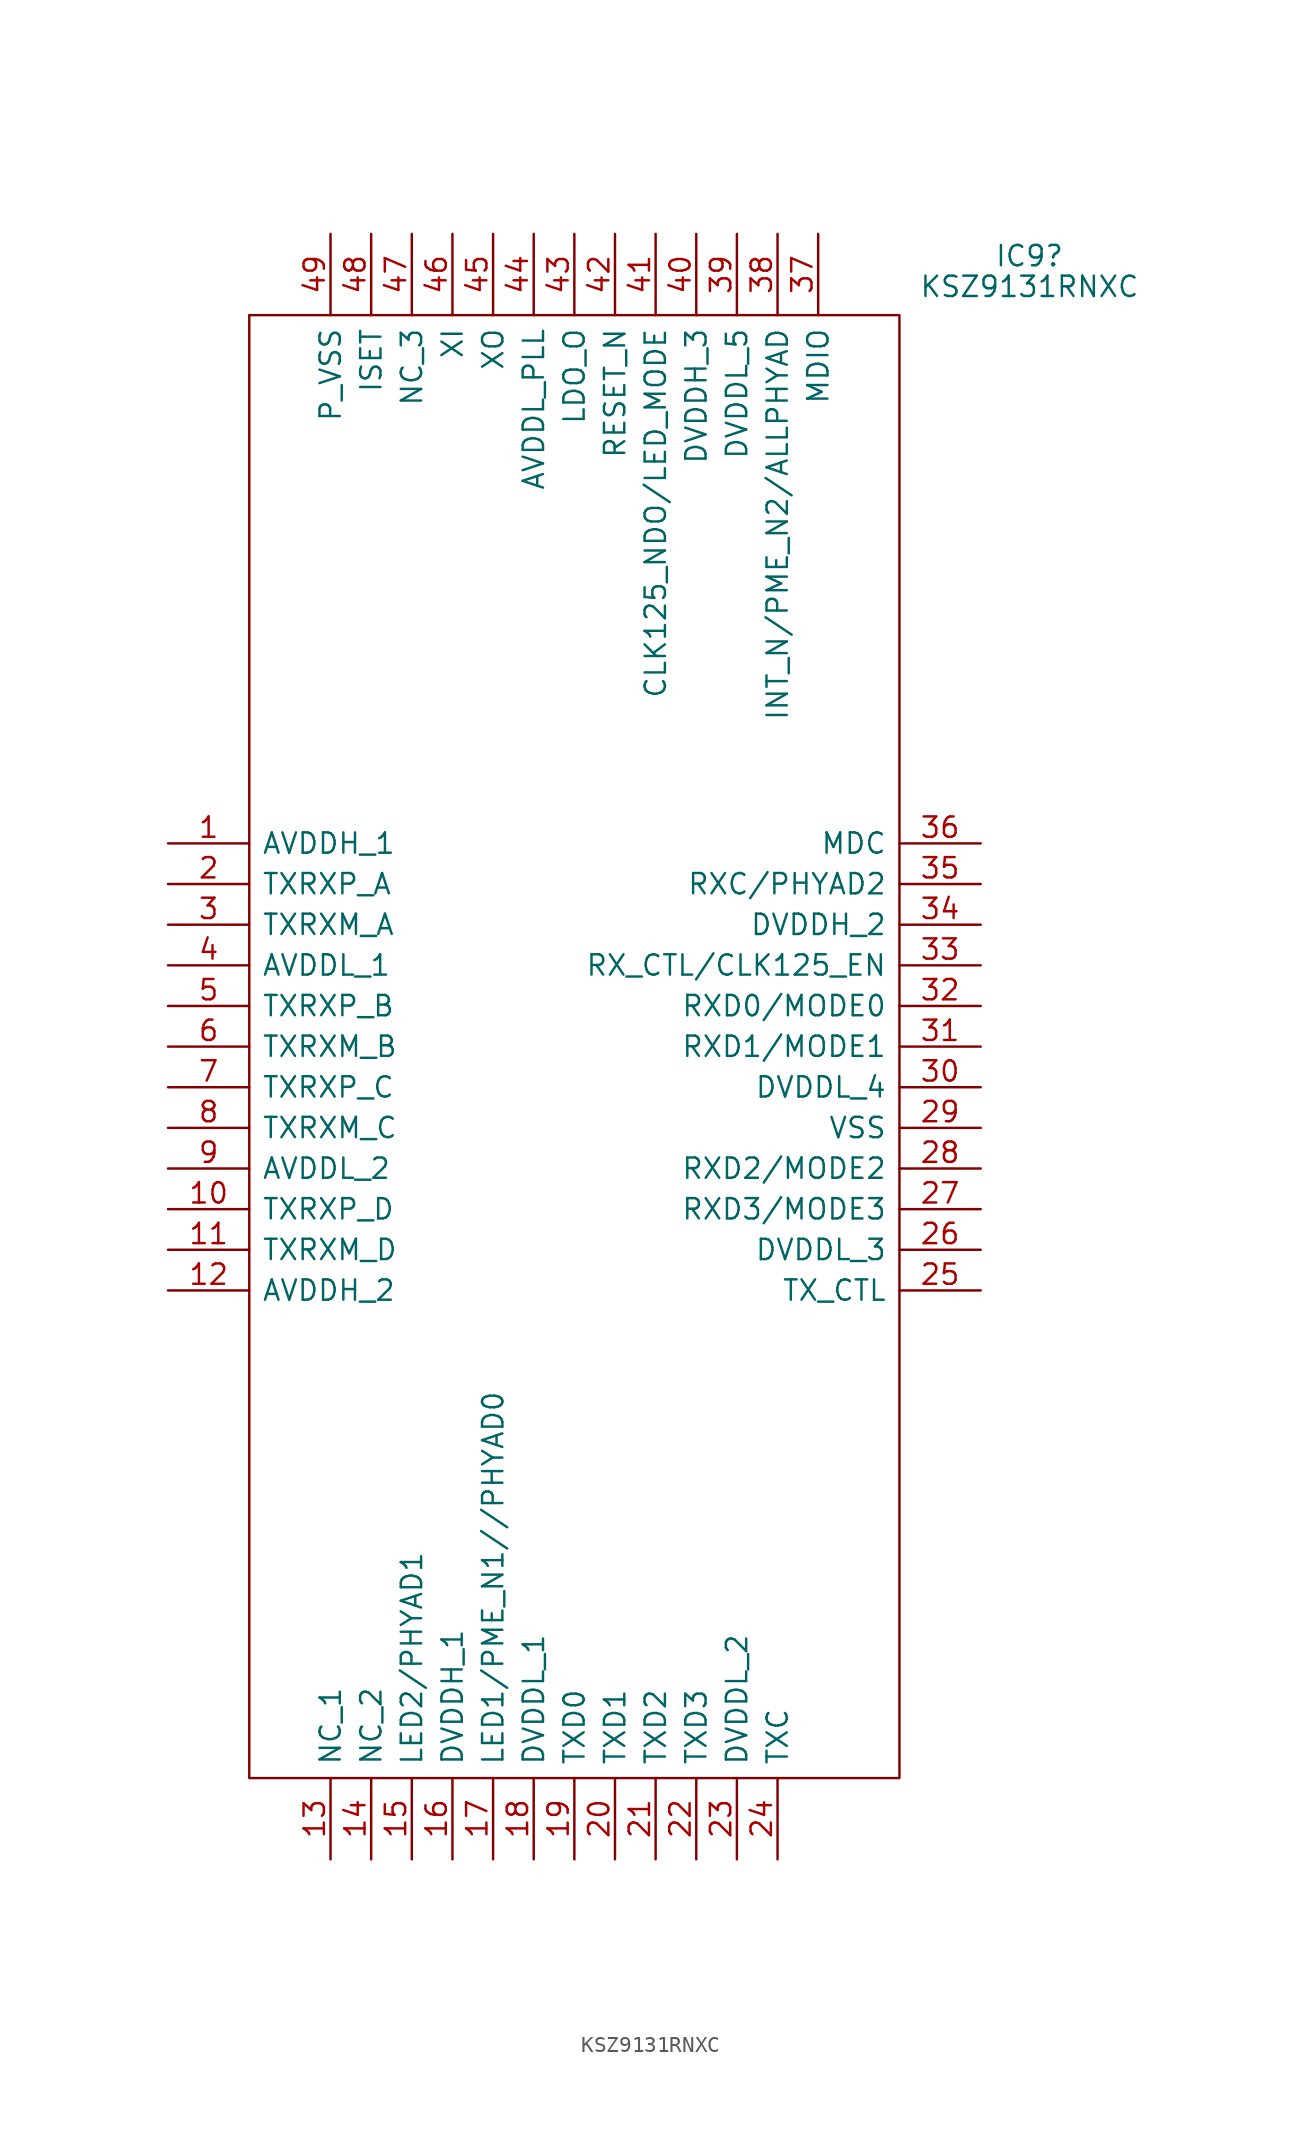
<source format=kicad_sym>
(kicad_symbol_lib
  (version 20220914)
  (generator kicad_symbol_editor)
  (symbol "KSZ9131RNXC"
    (pin_names
      (offset 0.762))
    (property "Reference" "IC9"
      (at 53.848 36.719 0)
      (effects (font (size 1.27 1.27))))
    (property "Value" "KSZ9131RNXC"
      (at 53.848 34.798 0)
      (effects (font (size 1.27 1.27))))
    (symbol "KSZ9131RNXC_0_0"
      (pin passive line (at 0 0 0) (length 5.08) (name "AVDDH_1" (effects (font (size 1.27 1.27)))) (number "1" (effects (font (size 1.27 1.27)))))
      (pin passive line (at 0 -22.86 0) (length 5.08) (name "TXRXP_D" (effects (font (size 1.27 1.27)))) (number "10" (effects (font (size 1.27 1.27)))))
      (pin passive line (at 0 -25.4 0) (length 5.08) (name "TXRXM_D" (effects (font (size 1.27 1.27)))) (number "11" (effects (font (size 1.27 1.27)))))
      (pin passive line (at 0 -27.94 0) (length 5.08) (name "AVDDH_2" (effects (font (size 1.27 1.27)))) (number "12" (effects (font (size 1.27 1.27)))))
      (pin passive line (at 10.16 -63.5 90) (length 5.08) (name "NC_1" (effects (font (size 1.27 1.27)))) (number "13" (effects (font (size 1.27 1.27)))))
      (pin passive line (at 12.7 -63.5 90) (length 5.08) (name "NC_2" (effects (font (size 1.27 1.27)))) (number "14" (effects (font (size 1.27 1.27)))))
      (pin passive line (at 15.24 -63.5 90) (length 5.08) (name "LED2/PHYAD1" (effects (font (size 1.27 1.27)))) (number "15" (effects (font (size 1.27 1.27)))))
      (pin passive line (at 17.78 -63.5 90) (length 5.08) (name "DVDDH_1" (effects (font (size 1.27 1.27)))) (number "16" (effects (font (size 1.27 1.27)))))
      (pin passive line (at 20.32 -63.5 90) (length 5.08) (name "LED1/PME_N1//PHYAD0" (effects (font (size 1.27 1.27)))) (number "17" (effects (font (size 1.27 1.27)))))
      (pin passive line (at 22.86 -63.5 90) (length 5.08) (name "DVDDL_1" (effects (font (size 1.27 1.27)))) (number "18" (effects (font (size 1.27 1.27)))))
      (pin passive line (at 25.4 -63.5 90) (length 5.08) (name "TXD0" (effects (font (size 1.27 1.27)))) (number "19" (effects (font (size 1.27 1.27)))))
      (pin passive line (at 0 -2.54 0) (length 5.08) (name "TXRXP_A" (effects (font (size 1.27 1.27)))) (number "2" (effects (font (size 1.27 1.27)))))
      (pin passive line (at 27.94 -63.5 90) (length 5.08) (name "TXD1" (effects (font (size 1.27 1.27)))) (number "20" (effects (font (size 1.27 1.27)))))
      (pin passive line (at 30.48 -63.5 90) (length 5.08) (name "TXD2" (effects (font (size 1.27 1.27)))) (number "21" (effects (font (size 1.27 1.27)))))
      (pin passive line (at 33.02 -63.5 90) (length 5.08) (name "TXD3" (effects (font (size 1.27 1.27)))) (number "22" (effects (font (size 1.27 1.27)))))
      (pin passive line (at 35.56 -63.5 90) (length 5.08) (name "DVDDL_2" (effects (font (size 1.27 1.27)))) (number "23" (effects (font (size 1.27 1.27)))))
      (pin passive line (at 38.1 -63.5 90) (length 5.08) (name "TXC" (effects (font (size 1.27 1.27)))) (number "24" (effects (font (size 1.27 1.27)))))
      (pin passive line (at 50.8 -27.94 180) (length 5.08) (name "TX_CTL" (effects (font (size 1.27 1.27)))) (number "25" (effects (font (size 1.27 1.27)))))
      (pin passive line (at 50.8 -25.4 180) (length 5.08) (name "DVDDL_3" (effects (font (size 1.27 1.27)))) (number "26" (effects (font (size 1.27 1.27)))))
      (pin passive line (at 50.8 -22.86 180) (length 5.08) (name "RXD3/MODE3" (effects (font (size 1.27 1.27)))) (number "27" (effects (font (size 1.27 1.27)))))
      (pin passive line (at 50.8 -20.32 180) (length 5.08) (name "RXD2/MODE2" (effects (font (size 1.27 1.27)))) (number "28" (effects (font (size 1.27 1.27)))))
      (pin passive line (at 50.8 -17.78 180) (length 5.08) (name "VSS" (effects (font (size 1.27 1.27)))) (number "29" (effects (font (size 1.27 1.27)))))
      (pin passive line (at 0 -5.08 0) (length 5.08) (name "TXRXM_A" (effects (font (size 1.27 1.27)))) (number "3" (effects (font (size 1.27 1.27)))))
      (pin passive line (at 50.8 -15.24 180) (length 5.08) (name "DVDDL_4" (effects (font (size 1.27 1.27)))) (number "30" (effects (font (size 1.27 1.27)))))
      (pin passive line (at 50.8 -12.7 180) (length 5.08) (name "RXD1/MODE1" (effects (font (size 1.27 1.27)))) (number "31" (effects (font (size 1.27 1.27)))))
      (pin passive line (at 50.8 -10.16 180) (length 5.08) (name "RXD0/MODE0" (effects (font (size 1.27 1.27)))) (number "32" (effects (font (size 1.27 1.27)))))
      (pin passive line (at 50.8 -7.62 180) (length 5.08) (name "RX_CTL/CLK125_EN" (effects (font (size 1.27 1.27)))) (number "33" (effects (font (size 1.27 1.27)))))
      (pin passive line (at 50.8 -5.08 180) (length 5.08) (name "DVDDH_2" (effects (font (size 1.27 1.27)))) (number "34" (effects (font (size 1.27 1.27)))))
      (pin passive line (at 50.8 -2.54 180) (length 5.08) (name "RXC/PHYAD2" (effects (font (size 1.27 1.27)))) (number "35" (effects (font (size 1.27 1.27)))))
      (pin passive line (at 50.8 0 180) (length 5.08) (name "MDC" (effects (font (size 1.27 1.27)))) (number "36" (effects (font (size 1.27 1.27)))))
      (pin passive line (at 40.64 38.1 270) (length 5.08) (name "MDIO" (effects (font (size 1.27 1.27)))) (number "37" (effects (font (size 1.27 1.27)))))
      (pin passive line (at 38.1 38.1 270) (length 5.08) (name "INT_N/PME_N2/ALLPHYAD" (effects (font (size 1.27 1.27)))) (number "38" (effects (font (size 1.27 1.27)))))
      (pin passive line (at 35.56 38.1 270) (length 5.08) (name "DVDDL_5" (effects (font (size 1.27 1.27)))) (number "39" (effects (font (size 1.27 1.27)))))
      (pin passive line (at 0 -7.62 0) (length 5.08) (name "AVDDL_1" (effects (font (size 1.27 1.27)))) (number "4" (effects (font (size 1.27 1.27)))))
      (pin passive line (at 33.02 38.1 270) (length 5.08) (name "DVDDH_3" (effects (font (size 1.27 1.27)))) (number "40" (effects (font (size 1.27 1.27)))))
      (pin passive line (at 30.48 38.1 270) (length 5.08) (name "CLK125_NDO/LED_MODE" (effects (font (size 1.27 1.27)))) (number "41" (effects (font (size 1.27 1.27)))))
      (pin passive line (at 27.94 38.1 270) (length 5.08) (name "RESET_N" (effects (font (size 1.27 1.27)))) (number "42" (effects (font (size 1.27 1.27)))))
      (pin passive line (at 25.4 38.1 270) (length 5.08) (name "LDO_O" (effects (font (size 1.27 1.27)))) (number "43" (effects (font (size 1.27 1.27)))))
      (pin passive line (at 22.86 38.1 270) (length 5.08) (name "AVDDL_PLL" (effects (font (size 1.27 1.27)))) (number "44" (effects (font (size 1.27 1.27)))))
      (pin passive line (at 20.32 38.1 270) (length 5.08) (name "XO" (effects (font (size 1.27 1.27)))) (number "45" (effects (font (size 1.27 1.27)))))
      (pin passive line (at 17.78 38.1 270) (length 5.08) (name "XI" (effects (font (size 1.27 1.27)))) (number "46" (effects (font (size 1.27 1.27)))))
      (pin passive line (at 15.24 38.1 270) (length 5.08) (name "NC_3" (effects (font (size 1.27 1.27)))) (number "47" (effects (font (size 1.27 1.27)))))
      (pin passive line (at 12.7 38.1 270) (length 5.08) (name "ISET" (effects (font (size 1.27 1.27)))) (number "48" (effects (font (size 1.27 1.27)))))
      (pin passive line (at 10.16 38.1 270) (length 5.08) (name "P_VSS" (effects (font (size 1.27 1.27)))) (number "49" (effects (font (size 1.27 1.27)))))
      (pin passive line (at 0 -10.16 0) (length 5.08) (name "TXRXP_B" (effects (font (size 1.27 1.27)))) (number "5" (effects (font (size 1.27 1.27)))))
      (pin passive line (at 0 -12.7 0) (length 5.08) (name "TXRXM_B" (effects (font (size 1.27 1.27)))) (number "6" (effects (font (size 1.27 1.27)))))
      (pin passive line (at 0 -15.24 0) (length 5.08) (name "TXRXP_C" (effects (font (size 1.27 1.27)))) (number "7" (effects (font (size 1.27 1.27)))))
      (pin passive line (at 0 -17.78 0) (length 5.08) (name "TXRXM_C" (effects (font (size 1.27 1.27)))) (number "8" (effects (font (size 1.27 1.27)))))
      (pin passive line (at 0 -20.32 0) (length 5.08) (name "AVDDL_2" (effects (font (size 1.27 1.27)))) (number "9" (effects (font (size 1.27 1.27))))))
    (symbol "KSZ9131RNXC_0_1"
      (polyline (pts (xy 5.08 33.02) (xy 45.72 33.02) (xy 45.72 -58.42) (xy 5.08 -58.42) (xy 5.08 33.02)) (stroke (width 0.152) (type solid)) (fill (type none))))))
</source>
